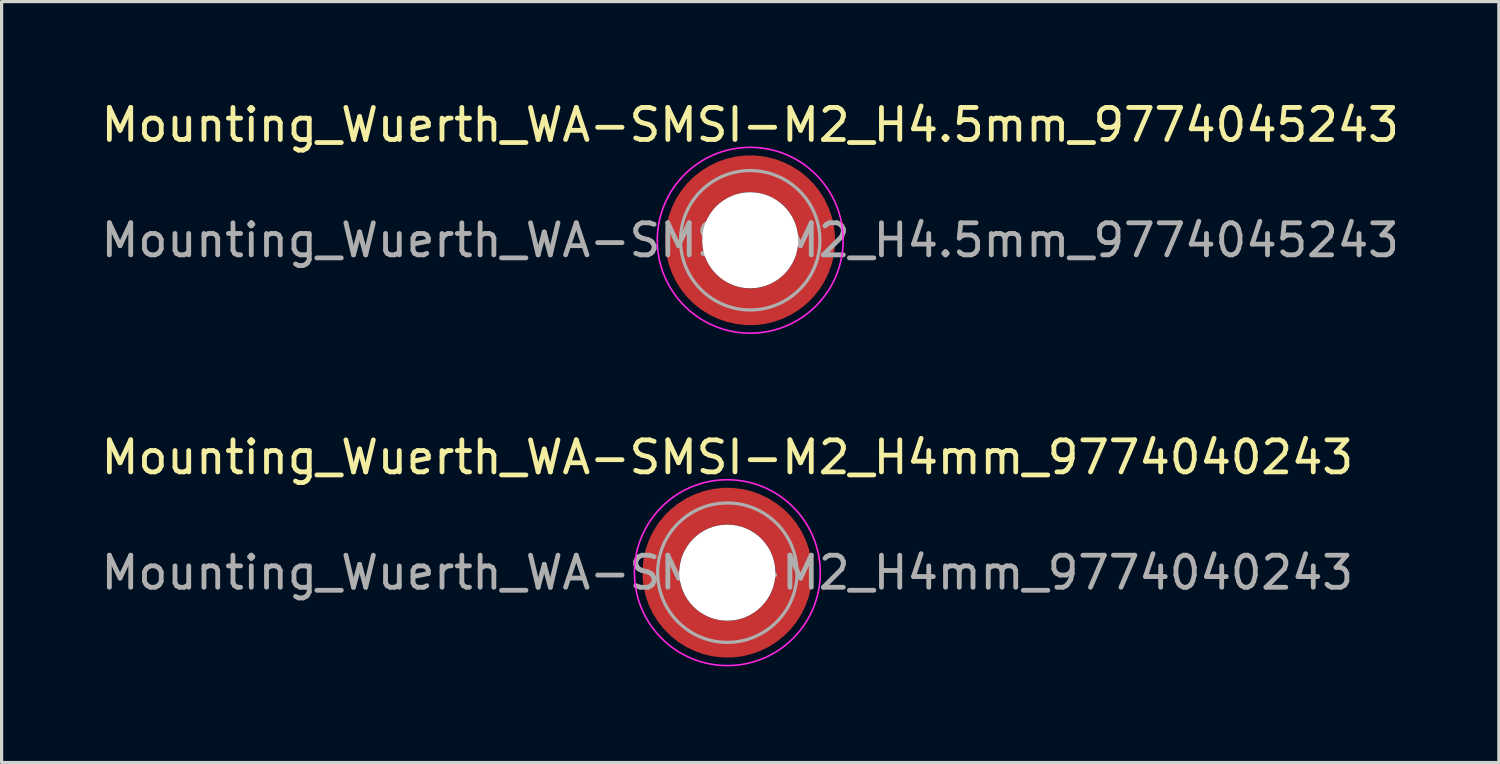
<source format=kicad_pcb>
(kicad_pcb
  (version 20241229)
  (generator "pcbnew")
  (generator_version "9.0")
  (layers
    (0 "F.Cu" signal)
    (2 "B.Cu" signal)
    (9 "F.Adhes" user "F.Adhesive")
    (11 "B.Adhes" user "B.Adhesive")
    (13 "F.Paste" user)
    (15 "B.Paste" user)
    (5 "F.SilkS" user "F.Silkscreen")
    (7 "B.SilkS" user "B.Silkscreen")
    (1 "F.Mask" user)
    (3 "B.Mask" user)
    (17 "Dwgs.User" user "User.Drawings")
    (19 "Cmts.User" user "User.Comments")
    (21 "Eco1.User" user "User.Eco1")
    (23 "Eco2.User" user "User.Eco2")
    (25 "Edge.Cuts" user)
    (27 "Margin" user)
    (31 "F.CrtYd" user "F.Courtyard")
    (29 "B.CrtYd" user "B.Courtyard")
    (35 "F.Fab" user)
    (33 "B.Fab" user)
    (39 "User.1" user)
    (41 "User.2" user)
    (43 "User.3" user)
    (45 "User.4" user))
  (footprint "Mounting_Wuerth_WA-SMSI-M2_H4mm_9774040243"
    (layer "F.Cu")
    (at 19.649 14.822)
    (property "Reference" "Mounting_Wuerth_WA-SMSI-M2_H4mm_9774040243" (at 0 -3.6 0) (layer "F.SilkS") (effects (font (size 1 1) (thickness 0.15))))
    (attr smd allow_soldermask_bridges)
    (fp_circle (center 0 0) (end 2.9 0) (stroke (width 0.05) (type solid)) (fill no) (layer "F.CrtYd"))
    (fp_circle (center 0 0) (end 2.175 0) (stroke (width 0.1) (type solid)) (fill no) (layer "F.Fab"))
    (fp_text user "${REFERENCE}" (at 0 0 0) (layer "F.Fab") (effects (font (size 1 1) (thickness 0.15))))
    (pad "" smd custom (at -1.453 -1.453) (size 0.505 0.505) (layers "F.Paste") (options (anchor circle)) (primitives (gr_arc (start -0.147677 1.053104) (mid 0.286378 0.286378) (end 1.053104 -0.147677) (width 0.2)) (gr_arc (start -0.240295 1.053104) (mid 0.222739 0.222739) (end 1.053104 -0.240295) (width 0.2)) (gr_arc (start -0.332645 1.053104) (mid 0.159099 0.159099) (end 1.053104 -0.332645) (width 0.2)) (gr_arc (start -0.424767 1.053104) (mid 0.095459 0.095459) (end 1.053104 -0.424767) (width 0.2)) (gr_arc (start -0.516693 1.053104) (mid 0.03182 0.03182) (end 1.053104 -0.516693) (width 0.2)) (gr_arc (start -0.608448 1.053104) (mid -0.03182 -0.03182) (end 1.053104 -0.608448) (width 0.2)) (gr_arc (start -0.700056 1.053104) (mid -0.095459 -0.095459) (end 1.053104 -0.700056) (width 0.2)) (gr_arc (start -0.791534 1.053104) (mid -0.159099 -0.159099) (end 1.053104 -0.791534) (width 0.2)) (gr_arc (start -0.882896 1.053104) (mid -0.222739 -0.222739) (end 1.053104 -0.882896) (width 0.2)) (gr_arc (start -0.974157 1.053104) (mid -0.286378 -0.286378) (end 1.053104 -0.974157) (width 0.2)) (gr_line (start 1.053 -0.148) (end 1.053 -0.974) (width 0.2)) (gr_line (start -0.148 1.053) (end -0.974 1.053) (width 0.2))))
    (pad "" smd custom (at -1.453 1.453) (size 0.505 0.505) (layers "F.Paste") (options (anchor circle)) (primitives (gr_arc (start 1.053104 0.147677) (mid 0.286378 -0.286378) (end -0.147677 -1.053104) (width 0.2)) (gr_arc (start 1.053104 0.240295) (mid 0.222739 -0.222739) (end -0.240295 -1.053104) (width 0.2)) (gr_arc (start 1.053104 0.332645) (mid 0.159099 -0.159099) (end -0.332645 -1.053104) (width 0.2)) (gr_arc (start 1.053104 0.424767) (mid 0.095459 -0.095459) (end -0.424767 -1.053104) (width 0.2)) (gr_arc (start 1.053104 0.516693) (mid 0.03182 -0.03182) (end -0.516693 -1.053104) (width 0.2)) (gr_arc (start 1.053104 0.608448) (mid -0.03182 0.03182) (end -0.608448 -1.053104) (width 0.2)) (gr_arc (start 1.053104 0.700056) (mid -0.095459 0.095459) (end -0.700056 -1.053104) (width 0.2)) (gr_arc (start 1.053104 0.791534) (mid -0.159099 0.159099) (end -0.791534 -1.053104) (width 0.2)) (gr_arc (start 1.053104 0.882896) (mid -0.222739 0.222739) (end -0.882896 -1.053104) (width 0.2)) (gr_arc (start 1.053104 0.974157) (mid -0.286378 0.286378) (end -0.974157 -1.053104) (width 0.2)) (gr_line (start -0.148 -1.053) (end -0.974 -1.053) (width 0.2)) (gr_line (start 1.053 0.148) (end 1.053 0.974) (width 0.2))))
    (pad "" np_thru_hole circle (at 0 0) (size 3 3) (drill 3) (layers "*.Cu" "*.Mask"))
    (pad "" smd custom (at 1.453 -1.453) (size 0.505 0.505) (layers "F.Paste") (options (anchor circle)) (primitives (gr_arc (start -1.053104 -0.147677) (mid -0.286378 0.286378) (end 0.147677 1.053104) (width 0.2)) (gr_arc (start -1.053104 -0.240295) (mid -0.222739 0.222739) (end 0.240295 1.053104) (width 0.2)) (gr_arc (start -1.053104 -0.332645) (mid -0.159099 0.159099) (end 0.332645 1.053104) (width 0.2)) (gr_arc (start -1.053104 -0.424767) (mid -0.095459 0.095459) (end 0.424767 1.053104) (width 0.2)) (gr_arc (start -1.053104 -0.516693) (mid -0.03182 0.03182) (end 0.516693 1.053104) (width 0.2)) (gr_arc (start -1.053104 -0.608448) (mid 0.03182 -0.03182) (end 0.608448 1.053104) (width 0.2)) (gr_arc (start -1.053104 -0.700056) (mid 0.095459 -0.095459) (end 0.700056 1.053104) (width 0.2)) (gr_arc (start -1.053104 -0.791534) (mid 0.159099 -0.159099) (end 0.791534 1.053104) (width 0.2)) (gr_arc (start -1.053104 -0.882896) (mid 0.222739 -0.222739) (end 0.882896 1.053104) (width 0.2)) (gr_arc (start -1.053104 -0.974157) (mid 0.286378 -0.286378) (end 0.974157 1.053104) (width 0.2)) (gr_line (start 0.148 1.053) (end 0.974 1.053) (width 0.2)) (gr_line (start -1.053 -0.148) (end -1.053 -0.974) (width 0.2))))
    (pad "" smd custom (at 1.453 1.453) (size 0.505 0.505) (layers "F.Paste") (options (anchor circle)) (primitives (gr_arc (start 0.147677 -1.053104) (mid -0.286378 -0.286378) (end -1.053104 0.147677) (width 0.2)) (gr_arc (start 0.240295 -1.053104) (mid -0.222739 -0.222739) (end -1.053104 0.240295) (width 0.2)) (gr_arc (start 0.332645 -1.053104) (mid -0.159099 -0.159099) (end -1.053104 0.332645) (width 0.2)) (gr_arc (start 0.424767 -1.053104) (mid -0.095459 -0.095459) (end -1.053104 0.424767) (width 0.2)) (gr_arc (start 0.516693 -1.053104) (mid -0.03182 -0.03182) (end -1.053104 0.516693) (width 0.2)) (gr_arc (start 0.608448 -1.053104) (mid 0.03182 0.03182) (end -1.053104 0.608448) (width 0.2)) (gr_arc (start 0.700056 -1.053104) (mid 0.095459 0.095459) (end -1.053104 0.700056) (width 0.2)) (gr_arc (start 0.791534 -1.053104) (mid 0.159099 0.159099) (end -1.053104 0.791534) (width 0.2)) (gr_arc (start 0.882896 -1.053104) (mid 0.222739 0.222739) (end -1.053104 0.882896) (width 0.2)) (gr_arc (start 0.974157 -1.053104) (mid 0.286378 0.286378) (end -1.053104 0.974157) (width 0.2)) (gr_line (start -1.053 0.148) (end -1.053 0.974) (width 0.2)) (gr_line (start 0.148 -1.053) (end 0.974 -1.053) (width 0.2))))
    (pad "1" smd circle (at -2.075 0) (size 0.642 0.642) (layers "F.Cu"))
    (pad "1" smd circle (at 0 -2.075) (size 0.642 0.642) (layers "F.Cu"))
    (pad "1" smd circle (at 0 2.075) (size 0.642 0.642) (layers "F.Cu"))
    (pad "1" smd custom (at 2.075 0) (size 1.15 1.15) (layers "F.Cu" "F.Mask") (options (anchor circle)) (primitives (gr_circle (center -2.075 0) (end 0 0) (width 1.15) (fill no)))))
  (footprint "Mounting_Wuerth_WA-SMSI-M2_H4.5mm_9774045243"
    (layer "F.Cu")
    (at 20.363 4.448)
    (property "Reference" "Mounting_Wuerth_WA-SMSI-M2_H4.5mm_9774045243" (at 0 -3.6 0) (layer "F.SilkS") (effects (font (size 1 1) (thickness 0.15))))
    (attr smd allow_soldermask_bridges)
    (fp_circle (center 0 0) (end 2.9 0) (stroke (width 0.05) (type solid)) (fill no) (layer "F.CrtYd"))
    (fp_circle (center 0 0) (end 2.175 0) (stroke (width 0.1) (type solid)) (fill no) (layer "F.Fab"))
    (fp_text user "${REFERENCE}" (at 0 0 0) (layer "F.Fab") (effects (font (size 1 1) (thickness 0.15))))
    (pad "" smd custom (at -1.453 -1.453) (size 0.505 0.505) (layers "F.Paste") (options (anchor circle)) (primitives (gr_arc (start -0.147677 1.053104) (mid 0.286378 0.286378) (end 1.053104 -0.147677) (width 0.2)) (gr_arc (start -0.240295 1.053104) (mid 0.222739 0.222739) (end 1.053104 -0.240295) (width 0.2)) (gr_arc (start -0.332645 1.053104) (mid 0.159099 0.159099) (end 1.053104 -0.332645) (width 0.2)) (gr_arc (start -0.424767 1.053104) (mid 0.095459 0.095459) (end 1.053104 -0.424767) (width 0.2)) (gr_arc (start -0.516693 1.053104) (mid 0.03182 0.03182) (end 1.053104 -0.516693) (width 0.2)) (gr_arc (start -0.608448 1.053104) (mid -0.03182 -0.03182) (end 1.053104 -0.608448) (width 0.2)) (gr_arc (start -0.700056 1.053104) (mid -0.095459 -0.095459) (end 1.053104 -0.700056) (width 0.2)) (gr_arc (start -0.791534 1.053104) (mid -0.159099 -0.159099) (end 1.053104 -0.791534) (width 0.2)) (gr_arc (start -0.882896 1.053104) (mid -0.222739 -0.222739) (end 1.053104 -0.882896) (width 0.2)) (gr_arc (start -0.974157 1.053104) (mid -0.286378 -0.286378) (end 1.053104 -0.974157) (width 0.2)) (gr_line (start 1.053 -0.148) (end 1.053 -0.974) (width 0.2)) (gr_line (start -0.148 1.053) (end -0.974 1.053) (width 0.2))))
    (pad "" smd custom (at -1.453 1.453) (size 0.505 0.505) (layers "F.Paste") (options (anchor circle)) (primitives (gr_arc (start 1.053104 0.147677) (mid 0.286378 -0.286378) (end -0.147677 -1.053104) (width 0.2)) (gr_arc (start 1.053104 0.240295) (mid 0.222739 -0.222739) (end -0.240295 -1.053104) (width 0.2)) (gr_arc (start 1.053104 0.332645) (mid 0.159099 -0.159099) (end -0.332645 -1.053104) (width 0.2)) (gr_arc (start 1.053104 0.424767) (mid 0.095459 -0.095459) (end -0.424767 -1.053104) (width 0.2)) (gr_arc (start 1.053104 0.516693) (mid 0.03182 -0.03182) (end -0.516693 -1.053104) (width 0.2)) (gr_arc (start 1.053104 0.608448) (mid -0.03182 0.03182) (end -0.608448 -1.053104) (width 0.2)) (gr_arc (start 1.053104 0.700056) (mid -0.095459 0.095459) (end -0.700056 -1.053104) (width 0.2)) (gr_arc (start 1.053104 0.791534) (mid -0.159099 0.159099) (end -0.791534 -1.053104) (width 0.2)) (gr_arc (start 1.053104 0.882896) (mid -0.222739 0.222739) (end -0.882896 -1.053104) (width 0.2)) (gr_arc (start 1.053104 0.974157) (mid -0.286378 0.286378) (end -0.974157 -1.053104) (width 0.2)) (gr_line (start -0.148 -1.053) (end -0.974 -1.053) (width 0.2)) (gr_line (start 1.053 0.148) (end 1.053 0.974) (width 0.2))))
    (pad "" np_thru_hole circle (at 0 0) (size 3 3) (drill 3) (layers "*.Cu" "*.Mask"))
    (pad "" smd custom (at 1.453 -1.453) (size 0.505 0.505) (layers "F.Paste") (options (anchor circle)) (primitives (gr_arc (start -1.053104 -0.147677) (mid -0.286378 0.286378) (end 0.147677 1.053104) (width 0.2)) (gr_arc (start -1.053104 -0.240295) (mid -0.222739 0.222739) (end 0.240295 1.053104) (width 0.2)) (gr_arc (start -1.053104 -0.332645) (mid -0.159099 0.159099) (end 0.332645 1.053104) (width 0.2)) (gr_arc (start -1.053104 -0.424767) (mid -0.095459 0.095459) (end 0.424767 1.053104) (width 0.2)) (gr_arc (start -1.053104 -0.516693) (mid -0.03182 0.03182) (end 0.516693 1.053104) (width 0.2)) (gr_arc (start -1.053104 -0.608448) (mid 0.03182 -0.03182) (end 0.608448 1.053104) (width 0.2)) (gr_arc (start -1.053104 -0.700056) (mid 0.095459 -0.095459) (end 0.700056 1.053104) (width 0.2)) (gr_arc (start -1.053104 -0.791534) (mid 0.159099 -0.159099) (end 0.791534 1.053104) (width 0.2)) (gr_arc (start -1.053104 -0.882896) (mid 0.222739 -0.222739) (end 0.882896 1.053104) (width 0.2)) (gr_arc (start -1.053104 -0.974157) (mid 0.286378 -0.286378) (end 0.974157 1.053104) (width 0.2)) (gr_line (start 0.148 1.053) (end 0.974 1.053) (width 0.2)) (gr_line (start -1.053 -0.148) (end -1.053 -0.974) (width 0.2))))
    (pad "" smd custom (at 1.453 1.453) (size 0.505 0.505) (layers "F.Paste") (options (anchor circle)) (primitives (gr_arc (start 0.147677 -1.053104) (mid -0.286378 -0.286378) (end -1.053104 0.147677) (width 0.2)) (gr_arc (start 0.240295 -1.053104) (mid -0.222739 -0.222739) (end -1.053104 0.240295) (width 0.2)) (gr_arc (start 0.332645 -1.053104) (mid -0.159099 -0.159099) (end -1.053104 0.332645) (width 0.2)) (gr_arc (start 0.424767 -1.053104) (mid -0.095459 -0.095459) (end -1.053104 0.424767) (width 0.2)) (gr_arc (start 0.516693 -1.053104) (mid -0.03182 -0.03182) (end -1.053104 0.516693) (width 0.2)) (gr_arc (start 0.608448 -1.053104) (mid 0.03182 0.03182) (end -1.053104 0.608448) (width 0.2)) (gr_arc (start 0.700056 -1.053104) (mid 0.095459 0.095459) (end -1.053104 0.700056) (width 0.2)) (gr_arc (start 0.791534 -1.053104) (mid 0.159099 0.159099) (end -1.053104 0.791534) (width 0.2)) (gr_arc (start 0.882896 -1.053104) (mid 0.222739 0.222739) (end -1.053104 0.882896) (width 0.2)) (gr_arc (start 0.974157 -1.053104) (mid 0.286378 0.286378) (end -1.053104 0.974157) (width 0.2)) (gr_line (start -1.053 0.148) (end -1.053 0.974) (width 0.2)) (gr_line (start 0.148 -1.053) (end 0.974 -1.053) (width 0.2))))
    (pad "1" smd circle (at -2.075 0) (size 0.642 0.642) (layers "F.Cu"))
    (pad "1" smd circle (at 0 -2.075) (size 0.642 0.642) (layers "F.Cu"))
    (pad "1" smd circle (at 0 2.075) (size 0.642 0.642) (layers "F.Cu"))
    (pad "1" smd custom (at 2.075 0) (size 1.15 1.15) (layers "F.Cu" "F.Mask") (options (anchor circle)) (primitives (gr_circle (center -2.075 0) (end 0 0) (width 1.15) (fill no)))))
  (gr_rect
    (start -3 -3)
    (end 43.726 20.747)
    (stroke (width 0.1) (type default))
    (fill no)
    (layer "Edge.Cuts")))
</source>
